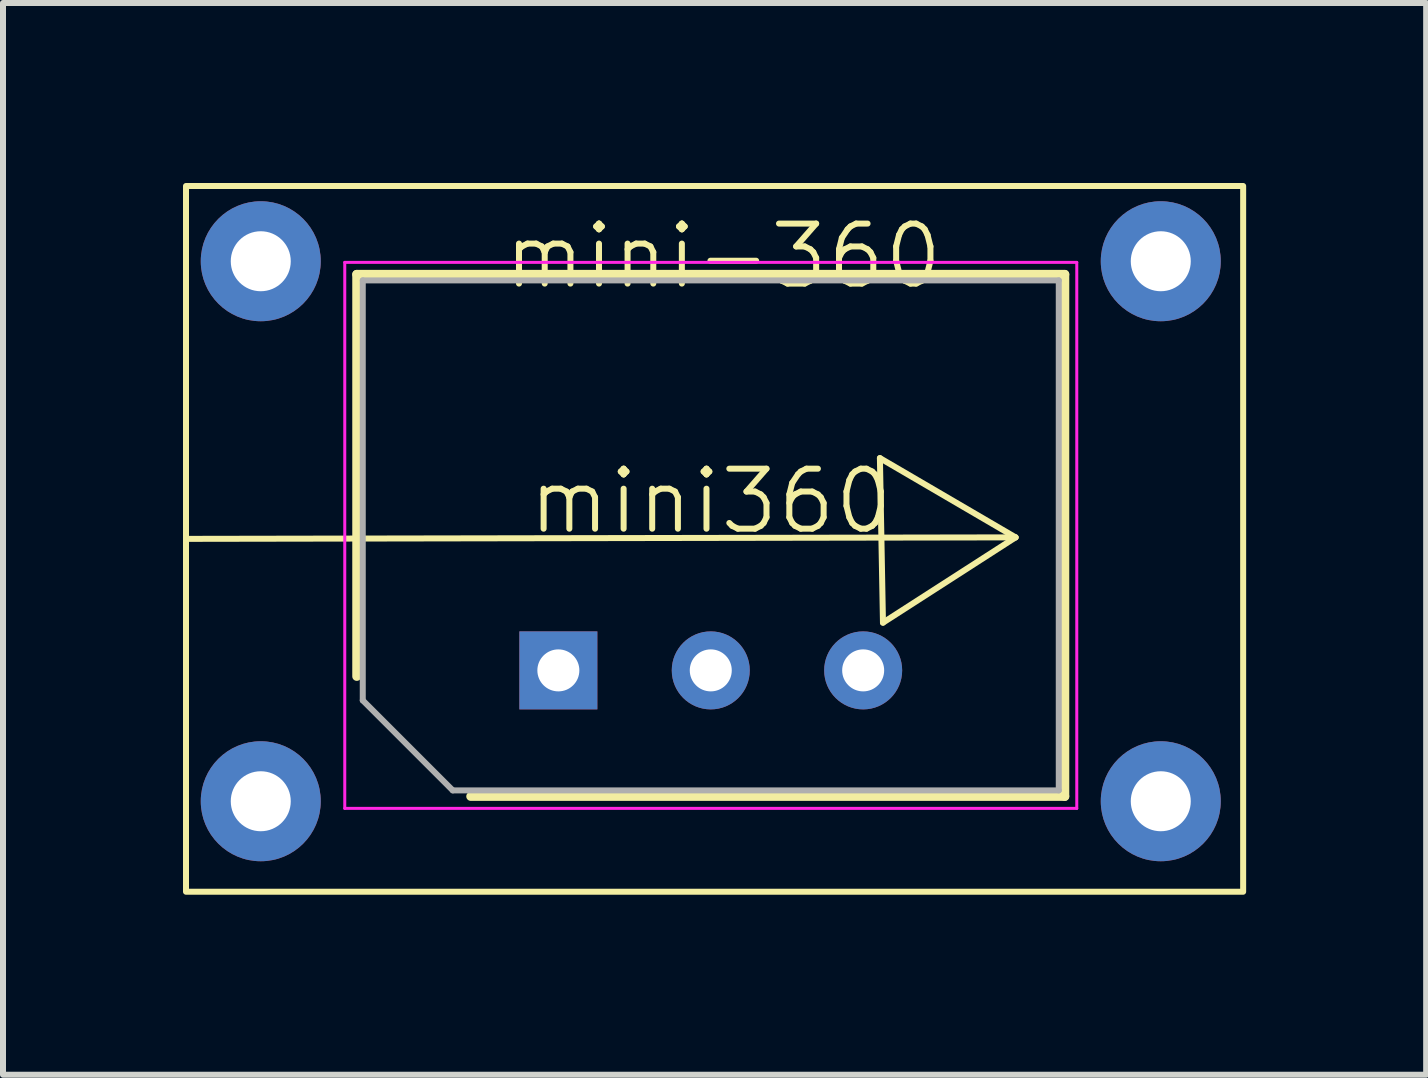
<source format=kicad_pcb>
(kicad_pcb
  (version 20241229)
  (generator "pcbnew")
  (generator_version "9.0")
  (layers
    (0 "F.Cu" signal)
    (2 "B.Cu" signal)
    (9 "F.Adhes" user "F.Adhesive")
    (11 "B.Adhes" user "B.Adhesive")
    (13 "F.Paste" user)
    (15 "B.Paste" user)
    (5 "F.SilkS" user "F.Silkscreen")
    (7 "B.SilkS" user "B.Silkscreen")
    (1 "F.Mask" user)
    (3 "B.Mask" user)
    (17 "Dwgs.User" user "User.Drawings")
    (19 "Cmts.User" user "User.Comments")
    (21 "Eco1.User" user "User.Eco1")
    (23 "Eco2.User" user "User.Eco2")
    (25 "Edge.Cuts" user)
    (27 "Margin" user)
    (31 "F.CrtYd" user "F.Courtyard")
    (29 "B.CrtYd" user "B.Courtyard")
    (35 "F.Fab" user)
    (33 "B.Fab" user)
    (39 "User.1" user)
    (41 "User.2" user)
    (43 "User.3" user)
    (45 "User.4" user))
  (footprint "mini360"
    (layer "F.Cu")
    (at 8.796 5.804)
    (property "Reference" "mini360" (at 0 -0.5 0) (unlocked yes) (layer "F.SilkS") (effects (font (size 1 1) (thickness 0.1))))
    (attr through_hole)
    (fp_line (start -8.746 0.127) (end 5.08 0.102) (stroke (width 0.1) (type default)) (layer "F.SilkS"))
    (fp_line (start -5.9 -4.281) (end 5.9 -4.281) (stroke (width 0.15) (type solid)) (layer "F.SilkS"))
    (fp_line (start -5.9 2.419) (end -5.9 -4.281) (stroke (width 0.15) (type solid)) (layer "F.SilkS"))
    (fp_line (start -4 4.419) (end 5.9 4.419) (stroke (width 0.15) (type solid)) (layer "F.SilkS"))
    (fp_line (start 2.819 -1.219) (end 5.08 0.102) (stroke (width 0.1) (type default)) (layer "F.SilkS"))
    (fp_line (start 2.87 1.524) (end 2.819 -1.219) (stroke (width 0.1) (type default)) (layer "F.SilkS"))
    (fp_line (start 5.08 0.102) (end 2.87 1.524) (stroke (width 0.1) (type default)) (layer "F.SilkS"))
    (fp_line (start 5.9 -4.281) (end 5.9 4.419) (stroke (width 0.15) (type solid)) (layer "F.SilkS"))
    (fp_rect (start -8.746 -5.754) (end 8.873 6.008) (stroke (width 0.1) (type default)) (fill no) (layer "F.SilkS"))
    (fp_line (start -6.1 4.619) (end -6.1 -4.481) (stroke (width 0.05) (type solid)) (layer "F.CrtYd"))
    (fp_line (start 6.1 -4.481) (end -6.1 -4.481) (stroke (width 0.05) (type solid)) (layer "F.CrtYd"))
    (fp_line (start 6.1 4.619) (end -6.1 4.619) (stroke (width 0.05) (type solid)) (layer "F.CrtYd"))
    (fp_line (start 6.1 4.619) (end 6.1 -4.481) (stroke (width 0.05) (type solid)) (layer "F.CrtYd"))
    (fp_line (start -5.8 -4.181) (end -5.8 2.819) (stroke (width 0.1) (type solid)) (layer "F.Fab"))
    (fp_line (start -5.8 2.819) (end -4.3 4.319) (stroke (width 0.1) (type solid)) (layer "F.Fab"))
    (fp_line (start 5.8 -4.181) (end -5.8 -4.181) (stroke (width 0.1) (type solid)) (layer "F.Fab"))
    (fp_line (start 5.8 4.319) (end -4.3 4.319) (stroke (width 0.1) (type solid)) (layer "F.Fab"))
    (fp_line (start 5.8 4.319) (end 5.8 -4.181) (stroke (width 0.1) (type solid)) (layer "F.Fab"))
    (fp_text user "mini-360" (at -3.5 -4 0) (unlocked yes) (layer "F.SilkS") (effects (font (size 1 1) (thickness 0.1)) (justify left bottom)))
    (pad "1" thru_hole circle (at -7.5 -4.5) (size 2 2) (drill 1) (layers "*.Cu" "*.Mask"))
    (pad "1" thru_hole rect (at -2.54 2.319 270) (size 1.3 1.3) (drill 0.7) (layers "*.Cu" "*.Mask"))
    (pad "2" thru_hole circle (at -7.5 4.5) (size 2 2) (drill 1) (layers "*.Cu" "*.Mask"))
    (pad "2" thru_hole circle (at 0 2.319 180) (size 1.3 1.3) (drill 0.7) (layers "*.Cu" "*.Mask"))
    (pad "3" thru_hole circle (at 2.54 2.319 270) (size 1.3 1.3) (drill 0.7) (layers "*.Cu" "*.Mask"))
    (pad "3" thru_hole circle (at 7.5 -4.5) (size 2 2) (drill 1) (layers "*.Cu" "*.Mask"))
    (pad "4" thru_hole circle (at 7.5 4.5) (size 2 2) (drill 1) (layers "*.Cu" "*.Mask")))
  (gr_rect
    (start -3 -3)
    (end 20.719 14.862)
    (stroke (width 0.1) (type default))
    (fill no)
    (layer "Edge.Cuts")))
</source>
